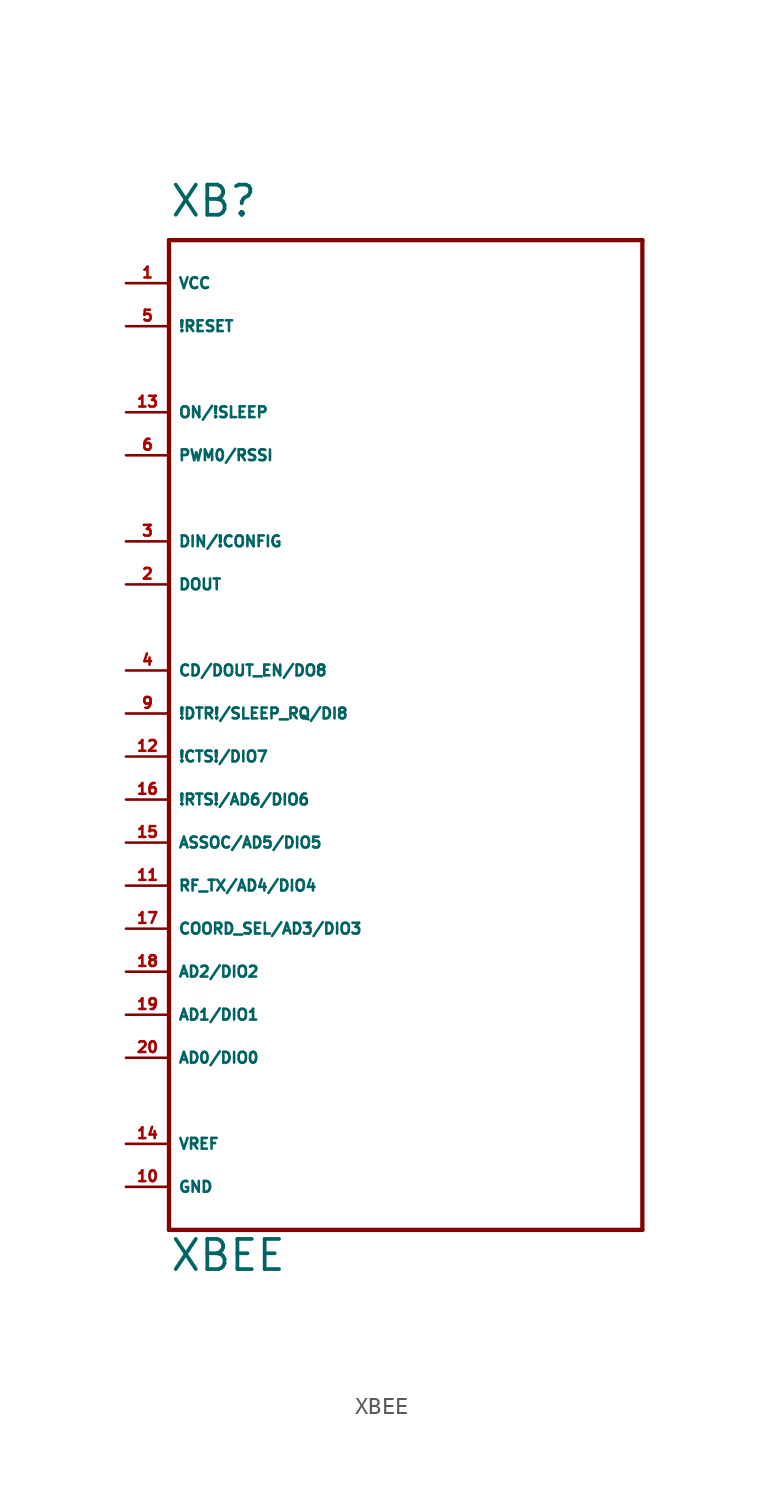
<source format=kicad_sym>
(kicad_symbol_lib
  (version 20220914)
  (generator Eagle2Kicad)
  (symbol "XBEE"
    (property "Reference" "XB"
      (at -12.7 29.21 0)
      (effects (font (size 1.778 1.778) (thickness 0.22)) (justify left bottom)))
    (property "Value" "XBEE"
      (at -12.7 -33.02 0)
      (effects (font (size 1.778 1.778) (thickness 0.22)) (justify left bottom)))
    (polyline
      (pts (xy -12.7 27.94) (xy -12.7 -30.48))
      (stroke (width 0.254) (type default))
      (fill (type none)))
    (polyline
      (pts (xy -12.7 -30.48) (xy 15.24 -30.48))
      (stroke (width 0.254) (type default))
      (fill (type none)))
    (polyline
      (pts (xy 15.24 -30.48) (xy 15.24 27.94))
      (stroke (width 0.254) (type default))
      (fill (type none)))
    (polyline
      (pts (xy 15.24 27.94) (xy -12.7 27.94))
      (stroke (width 0.254) (type default))
      (fill (type none)))
    (pin unspecified line
      (at -15.24 25.4 0)
      (length 2.54)
      (name "VCC" (effects (font (size 0.635 0.635) (thickness 0.08)) (justify left bottom)))
      (number "1" (effects (font (size 0.635 0.635) (thickness 0.08)) (justify left bottom))))
    (pin output line
      (at -15.24 7.62 0)
      (length 2.54)
      (name "DOUT" (effects (font (size 0.635 0.635) (thickness 0.08)) (justify left bottom)))
      (number "2" (effects (font (size 0.635 0.635) (thickness 0.08)) (justify left bottom))))
    (pin input line
      (at -15.24 10.16 0)
      (length 2.54)
      (name "DIN/!CONFIG" (effects (font (size 0.635 0.635) (thickness 0.08)) (justify left bottom)))
      (number "3" (effects (font (size 0.635 0.635) (thickness 0.08)) (justify left bottom))))
    (pin output line
      (at -15.24 2.54 0)
      (length 2.54)
      (name "CD/DOUT_EN/DO8" (effects (font (size 0.635 0.635) (thickness 0.08)) (justify left bottom)))
      (number "4" (effects (font (size 0.635 0.635) (thickness 0.08)) (justify left bottom))))
    (pin input line
      (at -15.24 22.86 0)
      (length 2.54)
      (name "!RESET" (effects (font (size 0.635 0.635) (thickness 0.08)) (justify left bottom)))
      (number "5" (effects (font (size 0.635 0.635) (thickness 0.08)) (justify left bottom))))
    (pin output line
      (at -15.24 15.24 0)
      (length 2.54)
      (name "PWM0/RSSI" (effects (font (size 0.635 0.635) (thickness 0.08)) (justify left bottom)))
      (number "6" (effects (font (size 0.635 0.635) (thickness 0.08)) (justify left bottom))))
    (pin bidirectional line
      (at -15.24 0 0)
      (length 2.54)
      (name "!DTR!/SLEEP_RQ/DI8" (effects (font (size 0.635 0.635) (thickness 0.08)) (justify left bottom)))
      (number "9" (effects (font (size 0.635 0.635) (thickness 0.08)) (justify left bottom))))
    (pin unspecified line
      (at -15.24 -27.94 0)
      (length 2.54)
      (name "GND" (effects (font (size 0.635 0.635) (thickness 0.08)) (justify left bottom)))
      (number "10" (effects (font (size 0.635 0.635) (thickness 0.08)) (justify left bottom))))
    (pin bidirectional line
      (at -15.24 -10.16 0)
      (length 2.54)
      (name "RF_TX/AD4/DIO4" (effects (font (size 0.635 0.635) (thickness 0.08)) (justify left bottom)))
      (number "11" (effects (font (size 0.635 0.635) (thickness 0.08)) (justify left bottom))))
    (pin bidirectional line
      (at -15.24 -2.54 0)
      (length 2.54)
      (name "!CTS!/DIO7" (effects (font (size 0.635 0.635) (thickness 0.08)) (justify left bottom)))
      (number "12" (effects (font (size 0.635 0.635) (thickness 0.08)) (justify left bottom))))
    (pin output line
      (at -15.24 17.78 0)
      (length 2.54)
      (name "ON/!SLEEP" (effects (font (size 0.635 0.635) (thickness 0.08)) (justify left bottom)))
      (number "13" (effects (font (size 0.635 0.635) (thickness 0.08)) (justify left bottom))))
    (pin input line
      (at -15.24 -25.4 0)
      (length 2.54)
      (name "VREF" (effects (font (size 0.635 0.635) (thickness 0.08)) (justify left bottom)))
      (number "14" (effects (font (size 0.635 0.635) (thickness 0.08)) (justify left bottom))))
    (pin bidirectional line
      (at -15.24 -7.62 0)
      (length 2.54)
      (name "ASSOC/AD5/DIO5" (effects (font (size 0.635 0.635) (thickness 0.08)) (justify left bottom)))
      (number "15" (effects (font (size 0.635 0.635) (thickness 0.08)) (justify left bottom))))
    (pin bidirectional line
      (at -15.24 -5.08 0)
      (length 2.54)
      (name "!RTS!/AD6/DIO6" (effects (font (size 0.635 0.635) (thickness 0.08)) (justify left bottom)))
      (number "16" (effects (font (size 0.635 0.635) (thickness 0.08)) (justify left bottom))))
    (pin bidirectional line
      (at -15.24 -12.7 0)
      (length 2.54)
      (name "COORD_SEL/AD3/DIO3" (effects (font (size 0.635 0.635) (thickness 0.08)) (justify left bottom)))
      (number "17" (effects (font (size 0.635 0.635) (thickness 0.08)) (justify left bottom))))
    (pin bidirectional line
      (at -15.24 -15.24 0)
      (length 2.54)
      (name "AD2/DIO2" (effects (font (size 0.635 0.635) (thickness 0.08)) (justify left bottom)))
      (number "18" (effects (font (size 0.635 0.635) (thickness 0.08)) (justify left bottom))))
    (pin bidirectional line
      (at -15.24 -17.78 0)
      (length 2.54)
      (name "AD1/DIO1" (effects (font (size 0.635 0.635) (thickness 0.08)) (justify left bottom)))
      (number "19" (effects (font (size 0.635 0.635) (thickness 0.08)) (justify left bottom))))
    (pin bidirectional line
      (at -15.24 -20.32 0)
      (length 2.54)
      (name "AD0/DIO0" (effects (font (size 0.635 0.635) (thickness 0.08)) (justify left bottom)))
      (number "20" (effects (font (size 0.635 0.635) (thickness 0.08)) (justify left bottom))))))
</source>
